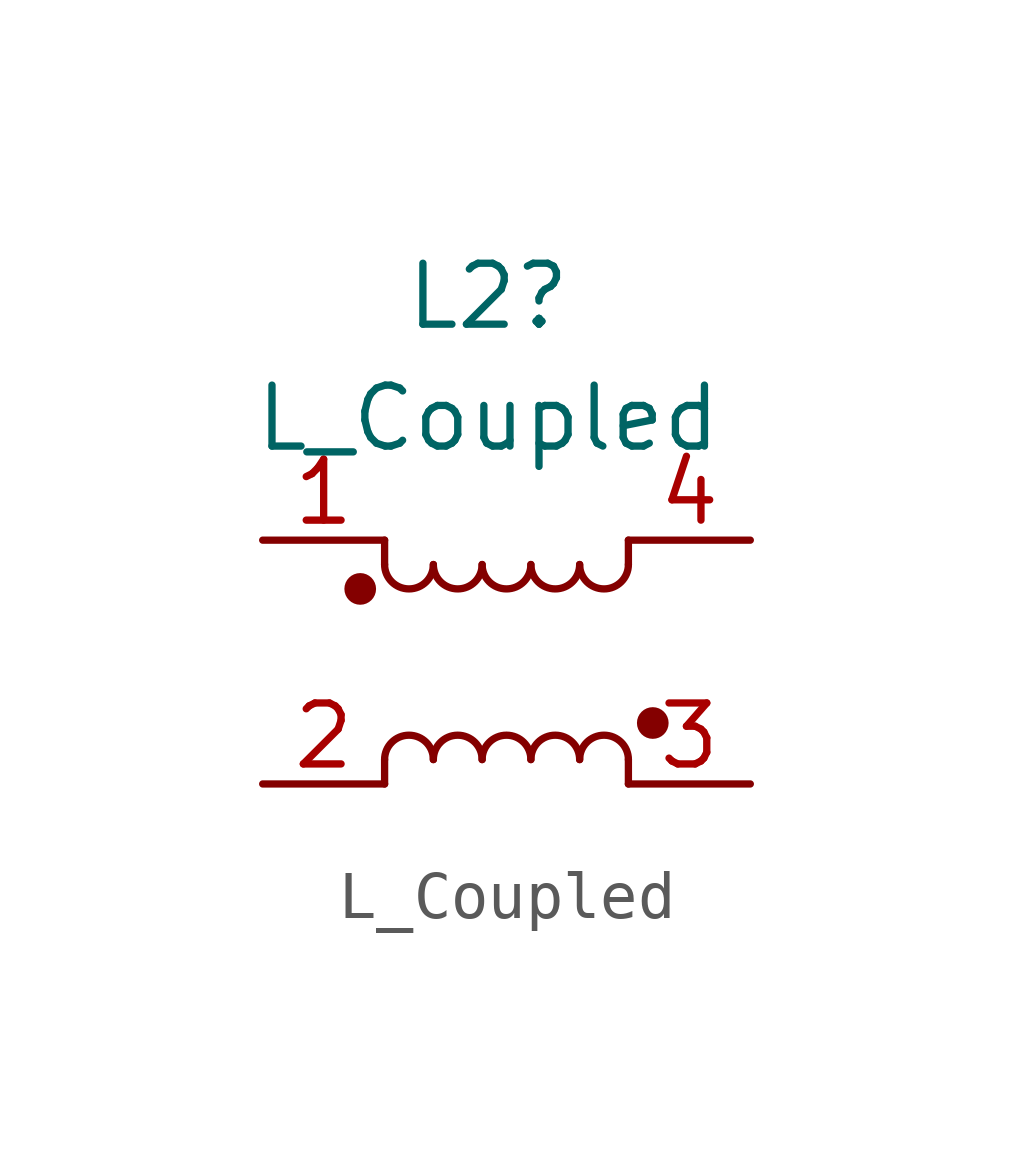
<source format=kicad_sym>
(kicad_symbol_lib
  (version 20231120)
  (generator "kicad_symbol_editor")
  (generator_version "8.0")
  (symbol "L_Coupled"
    (pin_names
      (offset 0.254) hide)
    (property "Reference" "L2"
      (at -0.381 7.62 0)
      (effects (font (size 1.27 1.27))))
    (property "Value" "L_Coupled"
      (at -0.381 5.08 0)
      (effects (font (size 1.27 1.27))))
    (symbol "L_Coupled_0_1"
      (circle (center -3.048 1.524) (radius 0.254) (stroke (width 0) (type default)) (fill (type outline)))
      (arc (start -2.54 2.032) (mid -2.032 1.5262) (end -1.524 2.032) (stroke (width 0) (type default)) (fill (type none)))
      (arc (start -1.524 -2.032) (mid -2.032 -1.5262) (end -2.54 -2.032) (stroke (width 0) (type default)) (fill (type none)))
      (arc (start -1.524 2.032) (mid -1.016 1.5262) (end -0.508 2.032) (stroke (width 0) (type default)) (fill (type none)))
      (arc (start -0.508 -2.032) (mid -1.016 -1.5262) (end -1.524 -2.032) (stroke (width 0) (type default)) (fill (type none)))
      (arc (start -0.508 2.032) (mid 0 1.5262) (end 0.508 2.032) (stroke (width 0) (type default)) (fill (type none)))
      (polyline (pts (xy -2.54 -2.032) (xy -2.54 -2.54)) (stroke (width 0) (type default)) (fill (type none)))
      (polyline (pts (xy -2.54 2.032) (xy -2.54 2.54)) (stroke (width 0) (type default)) (fill (type none)))
      (polyline (pts (xy 2.54 -2.032) (xy 2.54 -2.54)) (stroke (width 0) (type default)) (fill (type none)))
      (polyline (pts (xy 2.54 2.54) (xy 2.54 2.032)) (stroke (width 0) (type default)) (fill (type none)))
      (arc (start 0.508 -2.032) (mid 0 -1.5262) (end -0.508 -2.032) (stroke (width 0) (type default)) (fill (type none)))
      (arc (start 0.508 2.032) (mid 1.016 1.5262) (end 1.524 2.032) (stroke (width 0) (type default)) (fill (type none)))
      (arc (start 1.524 -2.032) (mid 1.016 -1.5262) (end 0.508 -2.032) (stroke (width 0) (type default)) (fill (type none)))
      (arc (start 1.524 2.032) (mid 2.032 1.5262) (end 2.54 2.032) (stroke (width 0) (type default)) (fill (type none)))
      (arc (start 2.54 -2.032) (mid 2.032 -1.5262) (end 1.524 -2.032) (stroke (width 0) (type default)) (fill (type none)))
      (circle (center 3.048 -1.27) (radius 0.254) (stroke (width 0) (type default)) (fill (type outline))))
    (symbol "L_Coupled_1_1"
      (pin passive line (at -5.08 2.54 0) (length 2.54) (name "1" (effects (font (size 1.27 1.27)))) (number "1" (effects (font (size 1.27 1.27)))))
      (pin passive line (at -5.08 -2.54 0) (length 2.54) (name "2" (effects (font (size 1.27 1.27)))) (number "2" (effects (font (size 1.27 1.27)))))
      (pin passive line (at 5.08 -2.54 180) (length 2.54) (name "3" (effects (font (size 1.27 1.27)))) (number "3" (effects (font (size 1.27 1.27)))))
      (pin passive line (at 5.08 2.54 180) (length 2.54) (name "4" (effects (font (size 1.27 1.27)))) (number "4" (effects (font (size 1.27 1.27))))))))
</source>
